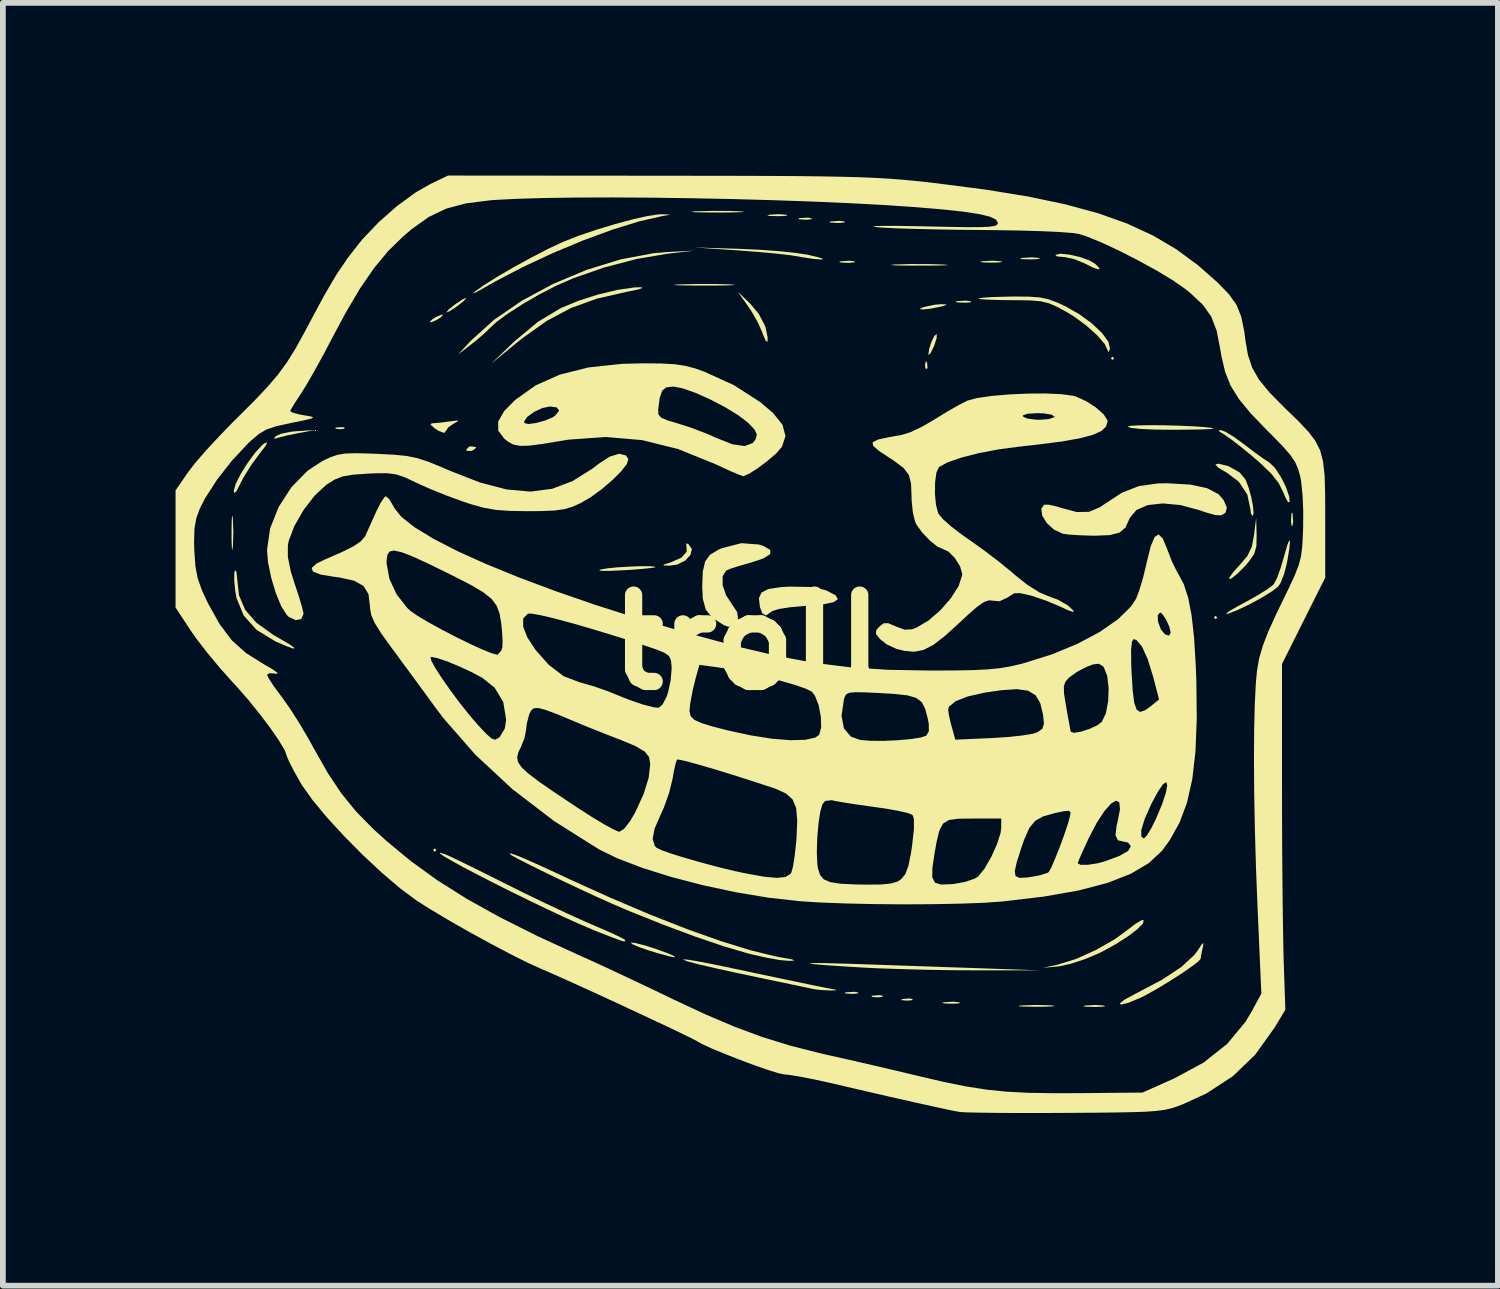
<source format=kicad_pcb>
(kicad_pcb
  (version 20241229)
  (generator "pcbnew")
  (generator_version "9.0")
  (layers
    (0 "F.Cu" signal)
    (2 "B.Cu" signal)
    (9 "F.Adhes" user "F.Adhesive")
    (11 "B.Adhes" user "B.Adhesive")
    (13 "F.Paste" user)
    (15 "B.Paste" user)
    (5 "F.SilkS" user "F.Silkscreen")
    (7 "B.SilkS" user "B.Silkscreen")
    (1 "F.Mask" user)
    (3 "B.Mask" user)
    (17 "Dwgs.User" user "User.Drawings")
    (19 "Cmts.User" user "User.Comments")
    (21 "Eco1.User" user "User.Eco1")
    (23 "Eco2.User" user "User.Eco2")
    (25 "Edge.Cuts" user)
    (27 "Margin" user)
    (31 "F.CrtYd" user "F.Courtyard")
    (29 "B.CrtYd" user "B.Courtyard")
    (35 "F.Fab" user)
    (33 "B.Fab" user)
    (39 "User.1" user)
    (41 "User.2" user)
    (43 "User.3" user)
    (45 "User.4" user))
  (footprint "troll"
    (layer "F.Cu")
    (at 9.958 8.111)
    (property "Reference" "troll" (at 0 0 0) (layer "F.SilkS") (effects (font (size 1.5 1.5) (thickness 0.3))))
    (attr board_only exclude_from_pos_files exclude_from_bom)
    (fp_poly (pts (xy -5.426 3.608) (xy -5.455 3.637) (xy -5.484 3.608) (xy -5.455 3.579)) (stroke (width 0) (type solid)) (fill yes) (layer "F.SilkS"))
    (fp_poly (pts (xy 6.35 -4.936) (xy 6.321 -4.907) (xy 6.292 -4.936) (xy 6.321 -4.965)) (stroke (width 0) (type solid)) (fill yes) (layer "F.SilkS"))
    (fp_poly (pts (xy 8.14 -0.433) (xy 8.111 -0.404) (xy 8.082 -0.433) (xy 8.111 -0.462)) (stroke (width 0) (type solid)) (fill yes) (layer "F.SilkS"))
    (fp_poly (pts (xy -7.028 -3.733) (xy -7.021 -3.712) (xy -7.1 -3.704) (xy -7.182 -3.713) (xy -7.173 -3.733) (xy -7.054 -3.74)) (stroke (width 0) (type solid)) (fill yes) (layer "F.SilkS"))
    (fp_poly (pts (xy 3.099 -4.86) (xy 3.106 -4.77) (xy 3.094 -4.749) (xy 3.068 -4.766) (xy 3.064 -4.825) (xy 3.078 -4.887)) (stroke (width 0) (type solid)) (fill yes) (layer "F.SilkS"))
    (fp_poly (pts (xy -5.311 -5.69) (xy -5.355 -5.644) (xy -5.426 -5.6) (xy -5.516 -5.562) (xy -5.542 -5.567) (xy -5.498 -5.613) (xy -5.426 -5.657) (xy -5.337 -5.694)) (stroke (width 0) (type solid)) (fill yes) (layer "F.SilkS"))
    (fp_poly (pts (xy -4.743 -3.394) (xy -4.734 -3.383) (xy -4.779 -3.346) (xy -4.82 -3.327) (xy -4.895 -3.326) (xy -4.907 -3.35) (xy -4.86 -3.4) (xy -4.82 -3.406)) (stroke (width 0) (type solid)) (fill yes) (layer "F.SilkS"))
    (fp_poly (pts (xy 0.65 -7.43) (xy 0.673 -7.416) (xy 0.598 -7.407) (xy 0.491 -7.406) (xy 0.36 -7.41) (xy 0.321 -7.42) (xy 0.362 -7.431) (xy 0.532 -7.44)) (stroke (width 0) (type solid)) (fill yes) (layer "F.SilkS"))
    (fp_poly (pts (xy 1.082 -7.371) (xy 1.1 -7.354) (xy 1.021 -7.345) (xy 0.981 -7.345) (xy 0.876 -7.351) (xy 0.864 -7.366) (xy 0.88 -7.371) (xy 1.027 -7.38)) (stroke (width 0) (type solid)) (fill yes) (layer "F.SilkS"))
    (fp_poly (pts (xy 1.66 -7.313) (xy 1.674 -7.298) (xy 1.591 -7.289) (xy 1.53 -7.288) (xy 1.418 -7.294) (xy 1.401 -7.307) (xy 1.429 -7.314) (xy 1.58 -7.324)) (stroke (width 0) (type solid)) (fill yes) (layer "F.SilkS"))
    (fp_poly (pts (xy 1.834 -6.621) (xy 1.847 -6.605) (xy 1.764 -6.596) (xy 1.703 -6.595) (xy 1.591 -6.601) (xy 1.574 -6.614) (xy 1.603 -6.622) (xy 1.753 -6.631)) (stroke (width 0) (type solid)) (fill yes) (layer "F.SilkS"))
    (fp_poly (pts (xy 1.891 6.079) (xy 1.909 6.096) (xy 1.829 6.105) (xy 1.79 6.106) (xy 1.685 6.1) (xy 1.672 6.085) (xy 1.689 6.079) (xy 1.835 6.07)) (stroke (width 0) (type solid)) (fill yes) (layer "F.SilkS"))
    (fp_poly (pts (xy 2.325 6.139) (xy 2.327 6.158) (xy 2.236 6.166) (xy 2.223 6.166) (xy 2.133 6.157) (xy 2.142 6.14) (xy 2.151 6.137) (xy 2.277 6.128)) (stroke (width 0) (type solid)) (fill yes) (layer "F.SilkS"))
    (fp_poly (pts (xy 2.844 6.197) (xy 2.846 6.216) (xy 2.756 6.223) (xy 2.742 6.223) (xy 2.653 6.215) (xy 2.661 6.197) (xy 2.671 6.195) (xy 2.797 6.186)) (stroke (width 0) (type solid)) (fill yes) (layer "F.SilkS"))
    (fp_poly (pts (xy 3.651 6.252) (xy 3.679 6.266) (xy 3.606 6.275) (xy 3.521 6.277) (xy 3.397 6.272) (xy 3.362 6.261) (xy 3.391 6.252) (xy 3.56 6.242)) (stroke (width 0) (type solid)) (fill yes) (layer "F.SilkS"))
    (fp_poly (pts (xy 3.854 -5.928) (xy 3.867 -5.912) (xy 3.785 -5.903) (xy 3.723 -5.903) (xy 3.612 -5.908) (xy 3.595 -5.921) (xy 3.623 -5.929) (xy 3.773 -5.938)) (stroke (width 0) (type solid)) (fill yes) (layer "F.SilkS"))
    (fp_poly (pts (xy 4.373 -6.622) (xy 4.409 -6.61) (xy 4.343 -6.601) (xy 4.214 -6.598) (xy 4.072 -6.602) (xy 4.018 -6.611) (xy 4.055 -6.622) (xy 4.242 -6.632)) (stroke (width 0) (type solid)) (fill yes) (layer "F.SilkS"))
    (fp_poly (pts (xy 5.037 -6.679) (xy 5.061 -6.666) (xy 4.985 -6.657) (xy 4.878 -6.655) (xy 4.747 -6.659) (xy 4.709 -6.67) (xy 4.749 -6.68) (xy 4.92 -6.69)) (stroke (width 0) (type solid)) (fill yes) (layer "F.SilkS"))
    (fp_poly (pts (xy 6.162 6.309) (xy 6.198 6.321) (xy 6.133 6.33) (xy 6.004 6.333) (xy 5.861 6.329) (xy 5.808 6.32) (xy 5.845 6.309) (xy 6.031 6.299)) (stroke (width 0) (type solid)) (fill yes) (layer "F.SilkS"))
    (fp_poly (pts (xy 9.449 -2.237) (xy 9.458 -2.091) (xy 9.449 -2.035) (xy 9.433 -2.017) (xy 9.423 -2.097) (xy 9.423 -2.136) (xy 9.429 -2.241) (xy 9.444 -2.253)) (stroke (width 0) (type solid)) (fill yes) (layer "F.SilkS"))
    (fp_poly (pts (xy -7.813 -3.638) (xy -7.999 -3.601) (xy -8.146 -3.564) (xy -8.189 -3.551) (xy -8.25 -3.537) (xy -8.215 -3.584) (xy -8.121 -3.626) (xy -7.956 -3.66) (xy -7.84 -3.671) (xy -7.533 -3.69)) (stroke (width 0) (type solid)) (fill yes) (layer "F.SilkS"))
    (fp_poly (pts (xy 3.435 -5.872) (xy 3.418 -5.857) (xy 3.319 -5.83) (xy 3.155 -5.798) (xy 3.031 -5.785) (xy 2.969 -5.791) (xy 3.013 -5.815) (xy 3.06 -5.83) (xy 3.233 -5.867) (xy 3.348 -5.876)) (stroke (width 0) (type solid)) (fill yes) (layer "F.SilkS"))
    (fp_poly (pts (xy -8.963 -2.15) (xy -8.954 -1.92) (xy -8.961 -1.684) (xy -8.963 -1.66) (xy -8.973 -1.602) (xy -8.98 -1.649) (xy -8.985 -1.788) (xy -8.985 -1.905) (xy -8.983 -2.092) (xy -8.977 -2.193) (xy -8.969 -2.197)) (stroke (width 0) (type solid)) (fill yes) (layer "F.SilkS"))
    (fp_poly (pts (xy 3.266 -5.354) (xy 3.265 -5.287) (xy 3.224 -5.16) (xy 3.211 -5.13) (xy 3.157 -5.023) (xy 3.125 -4.994) (xy 3.122 -5.004) (xy 3.136 -5.103) (xy 3.175 -5.223) (xy 3.223 -5.322) (xy 3.263 -5.357)) (stroke (width 0) (type solid)) (fill yes) (layer "F.SilkS"))
    (fp_poly (pts (xy 5.215 6.304) (xy 5.269 6.308) (xy 5.323 6.317) (xy 5.274 6.324) (xy 5.132 6.329) (xy 4.993 6.33) (xy 4.801 6.327) (xy 4.697 6.322) (xy 4.692 6.314) (xy 4.75 6.307) (xy 4.981 6.299)) (stroke (width 0) (type solid)) (fill yes) (layer "F.SilkS"))
    (fp_poly (pts (xy -4.907 -5.983) (xy -4.949 -5.934) (xy -5.053 -5.85) (xy -5.08 -5.83) (xy -5.191 -5.758) (xy -5.25 -5.733) (xy -5.253 -5.736) (xy -5.211 -5.785) (xy -5.107 -5.869) (xy -5.08 -5.888) (xy -4.969 -5.961) (xy -4.91 -5.986)) (stroke (width 0) (type solid)) (fill yes) (layer "F.SilkS"))
    (fp_poly (pts (xy -1.049 -1.709) (xy -0.987 -1.623) (xy -1.013 -1.519) (xy -1.105 -1.421) (xy -1.244 -1.352) (xy -1.384 -1.333) (xy -1.48 -1.338) (xy -1.474 -1.353) (xy -1.367 -1.386) (xy -1.17 -1.472) (xy -1.078 -1.575) (xy -1.081 -1.659) (xy -1.087 -1.721)) (stroke (width 0) (type solid)) (fill yes) (layer "F.SilkS"))
    (fp_poly (pts (xy -0.579 -6.227) (xy -0.329 -6.22) (xy -0.241 -6.213) (xy -0.258 -6.207) (xy -0.374 -6.203) (xy -0.578 -6.2) (xy -0.779 -6.2) (xy -1.04 -6.201) (xy -1.216 -6.204) (xy -1.299 -6.209) (xy -1.281 -6.215) (xy -1.195 -6.22) (xy -0.9 -6.227)) (stroke (width 0) (type solid)) (fill yes) (layer "F.SilkS"))
    (fp_poly (pts (xy -0.335 -7.496) (xy -0.156 -7.489) (xy -0.078 -7.482) (xy -0.106 -7.476) (xy -0.23 -7.472) (xy -0.44 -7.469) (xy -0.548 -7.469) (xy -0.788 -7.471) (xy -0.942 -7.474) (xy -1.002 -7.48) (xy -0.959 -7.487) (xy -0.907 -7.49) (xy -0.631 -7.497)) (stroke (width 0) (type solid)) (fill yes) (layer "F.SilkS"))
    (fp_poly (pts (xy 0.022 -5.89) (xy 0.174 -5.708) (xy 0.279 -5.509) (xy 0.294 -5.466) (xy 0.328 -5.301) (xy 0.327 -5.222) (xy 0.296 -5.239) (xy 0.244 -5.36) (xy 0.234 -5.389) (xy 0.159 -5.558) (xy 0.047 -5.755) (xy -0.011 -5.84) (xy -0.188 -6.09)) (stroke (width 0) (type solid)) (fill yes) (layer "F.SilkS"))
    (fp_poly (pts (xy 3.135 -6.573) (xy 3.36 -6.566) (xy 3.455 -6.559) (xy 3.443 -6.553) (xy 3.332 -6.549) (xy 3.131 -6.546) (xy 2.973 -6.546) (xy 2.719 -6.547) (xy 2.548 -6.55) (xy 2.469 -6.556) (xy 2.491 -6.562) (xy 2.552 -6.566) (xy 2.825 -6.574)) (stroke (width 0) (type solid)) (fill yes) (layer "F.SilkS"))
    (fp_poly (pts (xy -1.968 5.223) (xy -1.811 5.263) (xy -1.611 5.326) (xy -1.586 5.335) (xy -1.382 5.41) (xy -1.285 5.456) (xy -1.286 5.47) (xy -1.381 5.454) (xy -1.564 5.404) (xy -1.732 5.353) (xy -1.909 5.292) (xy -2.022 5.243) (xy -2.05 5.215) (xy -2.048 5.214)) (stroke (width 0) (type solid)) (fill yes) (layer "F.SilkS"))
    (fp_poly (pts (xy -8.4 -3.406) (xy -8.502 -3.274) (xy -8.647 -3.076) (xy -8.778 -2.865) (xy -8.833 -2.759) (xy -8.903 -2.623) (xy -8.94 -2.595) (xy -8.946 -2.633) (xy -8.913 -2.755) (xy -8.824 -2.929) (xy -8.703 -3.122) (xy -8.571 -3.301) (xy -8.45 -3.431) (xy -8.408 -3.463) (xy -8.364 -3.475)) (stroke (width 0) (type solid)) (fill yes) (layer "F.SilkS"))
    (fp_poly (pts (xy -5.048 -3.846) (xy -5.122 -3.803) (xy -5.123 -3.803) (xy -5.222 -3.734) (xy -5.253 -3.686) (xy -5.29 -3.639) (xy -5.391 -3.676) (xy -5.459 -3.722) (xy -5.53 -3.785) (xy -5.507 -3.806) (xy -5.477 -3.808) (xy -5.356 -3.818) (xy -5.193 -3.84) (xy -5.188 -3.84) (xy -5.067 -3.856)) (stroke (width 0) (type solid)) (fill yes) (layer "F.SilkS"))
    (fp_poly (pts (xy -1.635 -1.317) (xy -1.621 -1.306) (xy -1.686 -1.294) (xy -1.839 -1.278) (xy -2.054 -1.261) (xy -2.194 -1.253) (xy -2.418 -1.243) (xy -2.557 -1.243) (xy -2.599 -1.255) (xy -2.569 -1.267) (xy -2.454 -1.287) (xy -2.283 -1.304) (xy -2.086 -1.316) (xy -1.892 -1.324) (xy -1.732 -1.324)) (stroke (width 0) (type solid)) (fill yes) (layer "F.SilkS"))
    (fp_poly (pts (xy 5.569 -6.738) (xy 5.749 -6.697) (xy 5.915 -6.638) (xy 6.016 -6.58) (xy 6.095 -6.501) (xy 6.081 -6.479) (xy 5.981 -6.513) (xy 5.83 -6.588) (xy 5.652 -6.66) (xy 5.48 -6.696) (xy 5.46 -6.696) (xy 5.353 -6.707) (xy 5.327 -6.731) (xy 5.327 -6.732) (xy 5.415 -6.753)) (stroke (width 0) (type solid)) (fill yes) (layer "F.SilkS"))
    (fp_poly (pts (xy 8.824 -1.862) (xy 8.82 -1.671) (xy 8.781 -1.535) (xy 8.687 -1.401) (xy 8.624 -1.328) (xy 8.496 -1.199) (xy 8.392 -1.115) (xy 8.352 -1.097) (xy 8.354 -1.133) (xy 8.423 -1.227) (xy 8.516 -1.329) (xy 8.662 -1.499) (xy 8.741 -1.662) (xy 8.779 -1.863) (xy 8.816 -2.165)) (stroke (width 0) (type solid)) (fill yes) (layer "F.SilkS"))
    (fp_poly (pts (xy 8.316 -3.068) (xy 8.339 -3.06) (xy 8.529 -2.953) (xy 8.63 -2.83) (xy 8.683 -2.695) (xy 8.73 -2.529) (xy 8.761 -2.366) (xy 8.771 -2.243) (xy 8.753 -2.194) (xy 8.724 -2.242) (xy 8.717 -2.311) (xy 8.662 -2.569) (xy 8.513 -2.794) (xy 8.311 -2.945) (xy 8.157 -3.036) (xy 8.108 -3.092) (xy 8.161 -3.105)) (stroke (width 0) (type solid)) (fill yes) (layer "F.SilkS"))
    (fp_poly (pts (xy -1.843 -6.16) (xy -1.91 -6.135) (xy -2.062 -6.102) (xy -2.115 -6.092) (xy -2.64 -5.972) (xy -3.093 -5.808) (xy -3.514 -5.583) (xy -3.942 -5.278) (xy -4.041 -5.198) (xy -4.474 -4.843) (xy -4.07 -5.23) (xy -3.661 -5.571) (xy -3.26 -5.811) (xy -2.954 -5.937) (xy -2.614 -6.045) (xy -2.279 -6.125) (xy -1.988 -6.167) (xy -1.876 -6.171)) (stroke (width 0) (type solid)) (fill yes) (layer "F.SilkS"))
    (fp_poly (pts (xy -0.144 -6.837) (xy 0.189 -6.822) (xy 0.518 -6.798) (xy 0.807 -6.768) (xy 1.021 -6.736) (xy 1.039 -6.732) (xy 1.203 -6.693) (xy 1.288 -6.665) (xy 1.278 -6.652) (xy 1.27 -6.652) (xy 1.123 -6.663) (xy 0.93 -6.692) (xy 0.866 -6.705) (xy 0.709 -6.729) (xy 0.469 -6.756) (xy 0.176 -6.783) (xy -0.138 -6.807) (xy -0.173 -6.81) (xy -0.953 -6.862)) (stroke (width 0) (type solid)) (fill yes) (layer "F.SilkS"))
    (fp_poly (pts (xy 6.85 4.883) (xy 6.754 4.981) (xy 6.594 5.103) (xy 6.389 5.235) (xy 6.159 5.363) (xy 6.078 5.403) (xy 5.836 5.504) (xy 5.592 5.584) (xy 5.396 5.627) (xy 5.385 5.628) (xy 5.109 5.654) (xy 5.362 5.6) (xy 5.685 5.5) (xy 6.036 5.342) (xy 6.367 5.152) (xy 6.574 5) (xy 6.716 4.891) (xy 6.822 4.828) (xy 6.862 4.823)) (stroke (width 0) (type solid)) (fill yes) (layer "F.SilkS"))
    (fp_poly (pts (xy 7.225 -3.772) (xy 7.478 -3.765) (xy 7.716 -3.755) (xy 7.912 -3.742) (xy 8.042 -3.727) (xy 8.077 -3.716) (xy 8.032 -3.708) (xy 7.892 -3.701) (xy 7.677 -3.697) (xy 7.409 -3.695) (xy 7.341 -3.695) (xy 7.046 -3.698) (xy 6.809 -3.709) (xy 6.648 -3.726) (xy 6.582 -3.746) (xy 6.581 -3.749) (xy 6.634 -3.763) (xy 6.777 -3.771) (xy 6.982 -3.774)) (stroke (width 0) (type solid)) (fill yes) (layer "F.SilkS"))
    (fp_poly (pts (xy -8.901 -1.23) (xy -8.89 -1.125) (xy -8.89 -1.121) (xy -8.856 -0.819) (xy -8.748 -0.565) (xy -8.553 -0.341) (xy -8.26 -0.131) (xy -8.139 -0.061) (xy -7.963 0.042) (xy -7.889 0.099) (xy -7.914 0.107) (xy -8.034 0.064) (xy -8.227 -0.02) (xy -8.552 -0.219) (xy -8.774 -0.467) (xy -8.899 -0.771) (xy -8.921 -0.894) (xy -8.938 -1.077) (xy -8.937 -1.209) (xy -8.926 -1.253)) (stroke (width 0) (type solid)) (fill yes) (layer "F.SilkS"))
    (fp_poly (pts (xy 1.064 -0.963) (xy 1.321 -0.912) (xy 1.358 -0.898) (xy 1.51 -0.818) (xy 1.549 -0.751) (xy 1.474 -0.699) (xy 1.285 -0.66) (xy 0.994 -0.635) (xy 0.733 -0.613) (xy 0.53 -0.582) (xy 0.41 -0.545) (xy 0.395 -0.534) (xy 0.299 -0.468) (xy 0.234 -0.507) (xy 0.195 -0.615) (xy 0.177 -0.766) (xy 0.222 -0.867) (xy 0.346 -0.929) (xy 0.562 -0.961) (xy 0.709 -0.969)) (stroke (width 0) (type solid)) (fill yes) (layer "F.SilkS"))
    (fp_poly (pts (xy 1.461 5.575) (xy 1.761 5.584) (xy 2.105 5.595) (xy 2.526 5.61) (xy 2.989 5.626) (xy 3.454 5.642) (xy 3.839 5.655) (xy 5.051 5.697) (xy 3.954 5.697) (xy 3.531 5.695) (xy 3.075 5.687) (xy 2.625 5.675) (xy 2.225 5.661) (xy 2.02 5.651) (xy 1.628 5.627) (xy 1.336 5.607) (xy 1.147 5.591) (xy 1.063 5.579) (xy 1.086 5.572) (xy 1.218 5.57)) (stroke (width 0) (type solid)) (fill yes) (layer "F.SilkS"))
    (fp_poly (pts (xy -1.414 -6.753) (xy -1.946 -6.662) (xy -2.507 -6.515) (xy -3.043 -6.329) (xy -3.348 -6.196) (xy -3.635 -6.048) (xy -3.919 -5.883) (xy -4.175 -5.719) (xy -4.378 -5.571) (xy -4.5 -5.459) (xy -4.591 -5.369) (xy -4.734 -5.247) (xy -4.815 -5.183) (xy -5.051 -5.002) (xy -4.82 -5.248) (xy -4.425 -5.605) (xy -3.942 -5.936) (xy -3.397 -6.229) (xy -2.817 -6.472) (xy -2.229 -6.654) (xy -1.659 -6.761) (xy -1.414 -6.783) (xy -0.953 -6.806)) (stroke (width 0) (type solid)) (fill yes) (layer "F.SilkS"))
    (fp_poly (pts (xy 7.89 5.297) (xy 7.886 5.311) (xy 7.86 5.436) (xy 7.852 5.497) (xy 7.805 5.548) (xy 7.682 5.641) (xy 7.507 5.761) (xy 7.304 5.891) (xy 7.096 6.017) (xy 6.908 6.123) (xy 6.793 6.18) (xy 6.582 6.266) (xy 6.466 6.293) (xy 6.449 6.27) (xy 6.536 6.202) (xy 6.731 6.098) (xy 6.744 6.091) (xy 7.182 5.86) (xy 7.517 5.638) (xy 7.744 5.428) (xy 7.803 5.348) (xy 7.876 5.239) (xy 7.901 5.224)) (stroke (width 0) (type solid)) (fill yes) (layer "F.SilkS"))
    (fp_poly (pts (xy 8.284 -3.659) (xy 8.428 -3.571) (xy 8.599 -3.447) (xy 8.604 -3.443) (xy 8.784 -3.306) (xy 8.943 -3.192) (xy 9.044 -3.127) (xy 9.14 -3.035) (xy 9.244 -2.878) (xy 9.335 -2.696) (xy 9.391 -2.53) (xy 9.398 -2.44) (xy 9.371 -2.435) (xy 9.323 -2.52) (xy 9.289 -2.604) (xy 9.209 -2.765) (xy 9.079 -2.931) (xy 8.878 -3.124) (xy 8.769 -3.218) (xy 8.572 -3.381) (xy 8.395 -3.518) (xy 8.266 -3.61) (xy 8.226 -3.634) (xy 8.16 -3.676) (xy 8.197 -3.691)) (stroke (width 0) (type solid)) (fill yes) (layer "F.SilkS"))
    (fp_poly (pts (xy -1.357 -7.431) (xy -1.501 -7.407) (xy -1.896 -7.317) (xy -2.362 -7.173) (xy -2.872 -6.986) (xy -3.402 -6.765) (xy -3.926 -6.521) (xy -4.417 -6.264) (xy -4.618 -6.149) (xy -4.739 -6.082) (xy -4.787 -6.065) (xy -4.763 -6.091) (xy -4.603 -6.205) (xy -4.367 -6.353) (xy -4.084 -6.518) (xy -3.782 -6.684) (xy -3.49 -6.835) (xy -3.236 -6.954) (xy -3.213 -6.964) (xy -2.95 -7.067) (xy -2.646 -7.17) (xy -2.328 -7.266) (xy -2.024 -7.348) (xy -1.759 -7.408) (xy -1.563 -7.437) (xy -1.504 -7.439)) (stroke (width 0) (type solid)) (fill yes) (layer "F.SilkS"))
    (fp_poly (pts (xy 9.404 -1.753) (xy 9.393 -1.631) (xy 9.356 -1.409) (xy 9.351 -1.383) (xy 9.302 -1.19) (xy 9.24 -1.033) (xy 9.204 -0.977) (xy 9.096 -0.891) (xy 8.918 -0.78) (xy 8.707 -0.665) (xy 8.5 -0.566) (xy 8.333 -0.501) (xy 8.313 -0.496) (xy 8.294 -0.503) (xy 8.364 -0.552) (xy 8.509 -0.635) (xy 8.605 -0.686) (xy 8.815 -0.803) (xy 8.992 -0.911) (xy 9.104 -0.993) (xy 9.121 -1.01) (xy 9.176 -1.114) (xy 9.241 -1.291) (xy 9.3 -1.491) (xy 9.356 -1.688) (xy 9.391 -1.774)) (stroke (width 0) (type solid)) (fill yes) (layer "F.SilkS"))
    (fp_poly (pts (xy -1.077 5.51) (xy -0.926 5.533) (xy -0.708 5.574) (xy -0.458 5.625) (xy 0.061 5.735) (xy 0.478 5.823) (xy 0.804 5.891) (xy 1.052 5.943) (xy 1.233 5.98) (xy 1.358 6.005) (xy 1.439 6.02) (xy 1.443 6.021) (xy 1.527 6.038) (xy 1.504 6.045) (xy 1.414 6.047) (xy 1.246 6.039) (xy 1.126 6.023) (xy 1.026 6.001) (xy 0.84 5.962) (xy 0.594 5.91) (xy 0.318 5.853) (xy -0.189 5.746) (xy -0.585 5.659) (xy -0.873 5.592) (xy -1.056 5.544) (xy -1.135 5.514) (xy -1.139 5.507)) (stroke (width 0) (type solid)) (fill yes) (layer "F.SilkS"))
    (fp_poly (pts (xy 0.176 -1.701) (xy 0.261 -1.674) (xy 0.374 -1.606) (xy 0.373 -1.535) (xy 0.259 -1.461) (xy 0.035 -1.386) (xy 0.023 -1.383) (xy -0.171 -1.328) (xy -0.324 -1.278) (xy -0.391 -1.249) (xy -0.453 -1.15) (xy -0.453 -0.995) (xy -0.394 -0.821) (xy -0.318 -0.703) (xy -0.2 -0.526) (xy -0.183 -0.389) (xy -0.246 -0.3) (xy -0.354 -0.271) (xy -0.434 -0.301) (xy -0.631 -0.427) (xy -0.746 -0.568) (xy -0.798 -0.759) (xy -0.808 -0.966) (xy -0.798 -1.229) (xy -0.757 -1.406) (xy -0.672 -1.523) (xy -0.527 -1.611) (xy -0.462 -1.638) (xy -0.129 -1.724)) (stroke (width 0) (type solid)) (fill yes) (layer "F.SilkS"))
    (fp_poly (pts (xy -5.285 3.676) (xy -5.199 3.714) (xy -5.028 3.795) (xy -4.793 3.91) (xy -4.511 4.05) (xy -4.24 4.186) (xy -3.887 4.361) (xy -3.518 4.539) (xy -3.166 4.704) (xy -2.864 4.841) (xy -2.722 4.903) (xy -2.434 5.027) (xy -2.247 5.113) (xy -2.152 5.166) (xy -2.142 5.191) (xy -2.179 5.193) (xy -2.249 5.171) (xy -2.398 5.115) (xy -2.602 5.035) (xy -2.713 4.99) (xy -2.942 4.892) (xy -3.209 4.772) (xy -3.504 4.634) (xy -3.813 4.485) (xy -4.125 4.332) (xy -4.427 4.181) (xy -4.707 4.037) (xy -4.954 3.908) (xy -5.154 3.798) (xy -5.296 3.716) (xy -5.367 3.666) (xy -5.355 3.655)) (stroke (width 0) (type solid)) (fill yes) (layer "F.SilkS"))
    (fp_poly (pts (xy 4.856 -6.008) (xy 5.052 -5.994) (xy 5.21 -5.961) (xy 5.367 -5.902) (xy 5.501 -5.84) (xy 5.747 -5.7) (xy 5.967 -5.538) (xy 6.141 -5.372) (xy 6.25 -5.221) (xy 6.276 -5.103) (xy 6.276 -5.101) (xy 6.251 -5.043) (xy 6.241 -5.064) (xy 6.186 -5.183) (xy 6.053 -5.337) (xy 5.865 -5.505) (xy 5.647 -5.665) (xy 5.515 -5.745) (xy 5.346 -5.836) (xy 5.209 -5.894) (xy 5.07 -5.927) (xy 4.894 -5.942) (xy 4.647 -5.946) (xy 4.56 -5.946) (xy 4.317 -5.949) (xy 4.128 -5.956) (xy 4.015 -5.966) (xy 3.993 -5.975) (xy 4.06 -5.988) (xy 4.215 -5.999) (xy 4.433 -6.006) (xy 4.583 -6.009)) (stroke (width 0) (type solid)) (fill yes) (layer "F.SilkS"))
    (fp_poly (pts (xy -4.053 3.692) (xy -3.909 3.751) (xy -3.689 3.848) (xy -3.382 3.989) (xy -3.117 4.113) (xy -2.398 4.438) (xy -1.711 4.73) (xy -1.069 4.982) (xy -0.483 5.19) (xy 0.032 5.349) (xy 0.465 5.455) (xy 0.583 5.477) (xy 0.743 5.505) (xy 0.794 5.522) (xy 0.743 5.531) (xy 0.693 5.532) (xy 0.546 5.519) (xy 0.326 5.481) (xy 0.073 5.425) (xy -0.029 5.399) (xy -0.439 5.278) (xy -0.93 5.111) (xy -1.481 4.906) (xy -2.069 4.67) (xy -2.165 4.63) (xy -2.387 4.534) (xy -2.653 4.415) (xy -2.943 4.28) (xy -3.238 4.141) (xy -3.522 4.004) (xy -3.774 3.88) (xy -3.976 3.778) (xy -4.11 3.705) (xy -4.156 3.672) (xy -4.132 3.667)) (stroke (width 0) (type solid)) (fill yes) (layer "F.SilkS"))
    (fp_poly (pts (xy 7.67 -2.742) (xy 7.965 -2.679) (xy 8.164 -2.574) (xy 8.253 -2.468) (xy 8.306 -2.345) (xy 8.289 -2.265) (xy 8.267 -2.24) (xy 8.204 -2.207) (xy 8.102 -2.213) (xy 7.934 -2.261) (xy 7.835 -2.296) (xy 7.502 -2.386) (xy 7.195 -2.415) (xy 6.933 -2.386) (xy 6.735 -2.3) (xy 6.619 -2.16) (xy 6.61 -2.137) (xy 6.544 -1.994) (xy 6.439 -1.907) (xy 6.272 -1.864) (xy 6.019 -1.854) (xy 5.985 -1.854) (xy 5.762 -1.861) (xy 5.572 -1.873) (xy 5.456 -1.888) (xy 5.455 -1.889) (xy 5.304 -1.959) (xy 5.179 -2.073) (xy 5.099 -2.203) (xy 5.083 -2.322) (xy 5.132 -2.392) (xy 5.213 -2.393) (xy 5.358 -2.36) (xy 5.427 -2.338) (xy 5.698 -2.265) (xy 5.912 -2.269) (xy 6.106 -2.351) (xy 6.18 -2.402) (xy 6.484 -2.601) (xy 6.778 -2.716) (xy 7.11 -2.762) (xy 7.274 -2.765)) (stroke (width 0) (type solid)) (fill yes) (layer "F.SilkS"))
    (fp_poly (pts (xy -6.576 -3.281) (xy -6.452 -3.276) (xy -6.16 -3.261) (xy -5.941 -3.239) (xy -5.756 -3.201) (xy -5.563 -3.138) (xy -5.323 -3.039) (xy -5.196 -2.984) (xy -4.668 -2.778) (xy -4.205 -2.657) (xy -3.792 -2.62) (xy -3.415 -2.669) (xy -3.058 -2.804) (xy -2.706 -3.026) (xy -2.612 -3.1) (xy -2.417 -3.227) (xy -2.251 -3.278) (xy -2.133 -3.248) (xy -2.091 -3.185) (xy -2.117 -3.1) (xy -2.217 -2.972) (xy -2.37 -2.819) (xy -2.554 -2.662) (xy -2.747 -2.521) (xy -2.919 -2.421) (xy -3.063 -2.357) (xy -3.203 -2.315) (xy -3.37 -2.292) (xy -3.597 -2.282) (xy -3.839 -2.28) (xy -4.151 -2.285) (xy -4.391 -2.302) (xy -4.601 -2.339) (xy -4.825 -2.401) (xy -4.965 -2.447) (xy -5.241 -2.548) (xy -5.525 -2.662) (xy -5.764 -2.769) (xy -5.799 -2.786) (xy -5.981 -2.871) (xy -6.13 -2.92) (xy -6.287 -2.94) (xy -6.497 -2.938) (xy -6.622 -2.932) (xy -6.876 -2.914) (xy -7.053 -2.884) (xy -7.19 -2.831) (xy -7.326 -2.747) (xy -7.339 -2.738) (xy -7.541 -2.551) (xy -7.734 -2.301) (xy -7.892 -2.026) (xy -7.991 -1.767) (xy -8.007 -1.685) (xy -8.007 -1.483) (xy -7.955 -1.229) (xy -7.887 -1.014) (xy -7.815 -0.798) (xy -7.762 -0.619) (xy -7.736 -0.509) (xy -7.735 -0.496) (xy -7.775 -0.405) (xy -7.872 -0.387) (xy -7.99 -0.443) (xy -8.025 -0.476) (xy -8.122 -0.629) (xy -8.217 -0.859) (xy -8.297 -1.127) (xy -8.352 -1.395) (xy -8.369 -1.608) (xy -8.315 -1.98) (xy -8.167 -2.353) (xy -7.945 -2.696) (xy -7.667 -2.981) (xy -7.405 -3.153) (xy -7.265 -3.218) (xy -7.142 -3.26) (xy -7.007 -3.282) (xy -6.828 -3.287)) (stroke (width 0) (type solid)) (fill yes) (layer "F.SilkS"))
    (fp_poly (pts (xy -1.523 -4.846) (xy -1.288 -4.833) (xy -1.1 -4.805) (xy -0.924 -4.758) (xy -0.768 -4.702) (xy -0.255 -4.468) (xy 0.196 -4.178) (xy 0.419 -3.99) (xy 0.586 -3.783) (xy 0.639 -3.585) (xy 0.576 -3.397) (xy 0.476 -3.282) (xy 0.315 -3.145) (xy 0.147 -3.02) (xy 0.002 -2.928) (xy -0.09 -2.889) (xy -0.096 -2.888) (xy -0.167 -2.913) (xy -0.315 -2.975) (xy -0.51 -3.065) (xy -0.577 -3.096) (xy -1.226 -3.359) (xy -1.855 -3.515) (xy -2.483 -3.569) (xy -3.129 -3.523) (xy -3.276 -3.499) (xy -3.592 -3.447) (xy -3.817 -3.418) (xy -3.976 -3.415) (xy -4.09 -3.438) (xy -4.182 -3.488) (xy -4.244 -3.537) (xy -4.351 -3.679) (xy -4.353 -3.838) (xy -4.351 -3.841) (xy -3.901 -3.841) (xy -3.897 -3.81) (xy -3.828 -3.794) (xy -3.695 -3.812) (xy -3.54 -3.854) (xy -3.407 -3.91) (xy -3.363 -3.939) (xy -3.294 -4.026) (xy -3.307 -4.044) (xy -1.573 -4.044) (xy -1.57 -3.963) (xy -1.523 -3.906) (xy -1.408 -3.856) (xy -1.241 -3.807) (xy -0.983 -3.724) (xy -0.709 -3.618) (xy -0.577 -3.559) (xy -0.287 -3.443) (xy -0.073 -3.411) (xy 0.069 -3.463) (xy 0.116 -3.522) (xy 0.142 -3.608) (xy 0.105 -3.694) (xy -0.009 -3.814) (xy -0.012 -3.817) (xy -0.18 -3.946) (xy -0.409 -4.086) (xy -0.668 -4.221) (xy -0.925 -4.336) (xy -1.15 -4.415) (xy -1.309 -4.445) (xy -1.429 -4.432) (xy -1.503 -4.375) (xy -1.546 -4.251) (xy -1.573 -4.044) (xy -3.307 -4.044) (xy -3.334 -4.082) (xy -3.456 -4.099) (xy -3.588 -4.071) (xy -3.729 -4.005) (xy -3.845 -3.92) (xy -3.901 -3.841) (xy -4.351 -3.841) (xy -4.248 -4.02) (xy -4.062 -4.209) (xy -3.702 -4.466) (xy -3.278 -4.654) (xy -2.781 -4.778) (xy -2.198 -4.84) (xy -1.839 -4.849)) (stroke (width 0) (type solid)) (fill yes) (layer "F.SilkS"))
    (fp_poly (pts (xy 5.436 -4.312) (xy 5.638 -4.285) (xy 5.681 -4.273) (xy 5.859 -4.193) (xy 6.031 -4.082) (xy 6.166 -3.963) (xy 6.232 -3.86) (xy 6.235 -3.843) (xy 6.209 -3.751) (xy 6.127 -3.673) (xy 5.978 -3.606) (xy 5.751 -3.546) (xy 5.435 -3.49) (xy 5.021 -3.437) (xy 4.705 -3.402) (xy 4.344 -3.354) (xy 3.999 -3.289) (xy 3.694 -3.211) (xy 3.455 -3.129) (xy 3.306 -3.048) (xy 3.305 -3.047) (xy 3.262 -2.953) (xy 3.238 -2.786) (xy 3.235 -2.584) (xy 3.253 -2.389) (xy 3.293 -2.24) (xy 3.294 -2.239) (xy 3.367 -2.149) (xy 3.512 -2.019) (xy 3.706 -1.87) (xy 3.822 -1.789) (xy 4.077 -1.608) (xy 4.343 -1.406) (xy 4.572 -1.219) (xy 4.626 -1.171) (xy 4.843 -0.999) (xy 5.05 -0.869) (xy 5.19 -0.81) (xy 5.374 -0.741) (xy 5.533 -0.65) (xy 5.551 -0.636) (xy 5.641 -0.553) (xy 5.641 -0.527) (xy 5.547 -0.559) (xy 5.385 -0.634) (xy 5.17 -0.724) (xy 4.935 -0.804) (xy 4.886 -0.818) (xy 4.716 -0.856) (xy 4.612 -0.853) (xy 4.53 -0.803) (xy 4.512 -0.788) (xy 4.359 -0.715) (xy 4.253 -0.724) (xy 4.173 -0.731) (xy 4.086 -0.701) (xy 3.971 -0.621) (xy 3.808 -0.479) (xy 3.671 -0.351) (xy 3.413 -0.116) (xy 3.209 0.042) (xy 3.036 0.131) (xy 2.872 0.163) (xy 2.696 0.145) (xy 2.564 0.111) (xy 2.4 0.036) (xy 2.279 -0.059) (xy 2.209 -0.151) (xy 2.218 -0.217) (xy 2.269 -0.273) (xy 2.343 -0.332) (xy 2.422 -0.334) (xy 2.553 -0.279) (xy 2.557 -0.277) (xy 2.71 -0.221) (xy 2.836 -0.228) (xy 2.918 -0.258) (xy 3.126 -0.382) (xy 3.333 -0.562) (xy 3.514 -0.77) (xy 3.647 -0.98) (xy 3.707 -1.163) (xy 3.709 -1.191) (xy 3.672 -1.322) (xy 3.582 -1.465) (xy 3.472 -1.577) (xy 3.381 -1.619) (xy 3.278 -1.664) (xy 3.144 -1.773) (xy 3.01 -1.913) (xy 2.911 -2.052) (xy 2.89 -2.098) (xy 2.852 -2.255) (xy 2.831 -2.46) (xy 2.829 -2.539) (xy 2.82 -2.76) (xy 2.781 -2.911) (xy 2.69 -3.03) (xy 2.526 -3.154) (xy 2.446 -3.206) (xy 2.26 -3.329) (xy 2.161 -3.416) (xy 2.153 -3.477) (xy 2.244 -3.524) (xy 2.439 -3.567) (xy 2.659 -3.605) (xy 2.812 -3.653) (xy 3.014 -3.749) (xy 3.224 -3.871) (xy 3.228 -3.874) (xy 3.311 -3.925) (xy 4.763 -3.925) (xy 4.837 -3.89) (xy 4.984 -3.87) (xy 5.055 -3.868) (xy 5.208 -3.879) (xy 5.3 -3.909) (xy 5.311 -3.925) (xy 5.259 -3.958) (xy 5.126 -3.979) (xy 5.019 -3.983) (xy 4.845 -3.973) (xy 4.764 -3.945) (xy 4.763 -3.925) (xy 3.311 -3.925) (xy 3.44 -4.005) (xy 3.647 -4.123) (xy 3.801 -4.201) (xy 3.968 -4.246) (xy 4.219 -4.282) (xy 4.522 -4.308) (xy 4.847 -4.323) (xy 5.162 -4.325)) (stroke (width 0) (type solid)) (fill yes) (layer "F.SilkS"))
    (fp_poly (pts (xy -1.53 -8.108) (xy -0.775 -8.107) (xy -0.125 -8.106) (xy 0.433 -8.104) (xy 0.908 -8.101) (xy 1.312 -8.096) (xy 1.656 -8.089) (xy 1.952 -8.081) (xy 2.21 -8.07) (xy 2.442 -8.056) (xy 2.658 -8.04) (xy 2.871 -8.02) (xy 3.09 -7.997) (xy 3.279 -7.975) (xy 4.12 -7.866) (xy 4.858 -7.746) (xy 5.505 -7.61) (xy 6.074 -7.455) (xy 6.576 -7.276) (xy 7.024 -7.069) (xy 7.429 -6.83) (xy 7.805 -6.553) (xy 8.147 -6.252) (xy 8.346 -6.046) (xy 8.477 -5.86) (xy 8.559 -5.653) (xy 8.612 -5.386) (xy 8.628 -5.258) (xy 8.673 -4.995) (xy 8.746 -4.774) (xy 8.864 -4.567) (xy 9.043 -4.348) (xy 9.298 -4.089) (xy 9.317 -4.07) (xy 9.547 -3.847) (xy 9.72 -3.665) (xy 9.844 -3.502) (xy 9.928 -3.336) (xy 9.978 -3.145) (xy 10.005 -2.906) (xy 10.014 -2.597) (xy 10.016 -2.197) (xy 10.016 -2.165) (xy 10.016 -1.126) (xy 9.64 -0.375) (xy 9.265 0.375) (xy 9.265 2.511) (xy 9.266 3.042) (xy 9.268 3.576) (xy 9.272 4.092) (xy 9.277 4.57) (xy 9.283 4.988) (xy 9.289 5.327) (xy 9.294 5.515) (xy 9.323 6.383) (xy 9.129 6.703) (xy 8.799 7.163) (xy 8.412 7.536) (xy 7.952 7.836) (xy 7.533 8.028) (xy 7.429 8.067) (xy 7.328 8.098) (xy 7.217 8.122) (xy 7.079 8.14) (xy 6.901 8.153) (xy 6.666 8.161) (xy 6.36 8.167) (xy 5.968 8.171) (xy 5.513 8.174) (xy 5.076 8.176) (xy 4.67 8.176) (xy 4.31 8.174) (xy 4.014 8.17) (xy 3.797 8.165) (xy 3.676 8.159) (xy 3.666 8.158) (xy 3.523 8.131) (xy 3.272 8.077) (xy 2.917 7.999) (xy 2.462 7.896) (xy 1.912 7.769) (xy 1.414 7.653) (xy 1.142 7.593) (xy 0.896 7.545) (xy 0.707 7.514) (xy 0.618 7.505) (xy 0.515 7.484) (xy 0.332 7.427) (xy 0.098 7.346) (xy -0.161 7.249) (xy -0.418 7.148) (xy -0.645 7.054) (xy -0.816 6.975) (xy -0.895 6.93) (xy -0.966 6.892) (xy -1.124 6.814) (xy -1.352 6.704) (xy -1.633 6.572) (xy -1.948 6.425) (xy -2.281 6.27) (xy -2.612 6.117) (xy -2.926 5.974) (xy -3.204 5.848) (xy -3.429 5.748) (xy -3.583 5.681) (xy -3.586 5.68) (xy -3.829 5.571) (xy -4.142 5.414) (xy -4.499 5.226) (xy -4.871 5.022) (xy -5.231 4.816) (xy -5.552 4.624) (xy -5.773 4.483) (xy -6.053 4.275) (xy -6.369 4.006) (xy -6.7 3.698) (xy -7.025 3.37) (xy -7.324 3.045) (xy -7.575 2.743) (xy -7.758 2.486) (xy -7.784 2.443) (xy -7.895 2.246) (xy -7.978 2.086) (xy -8.021 1.989) (xy -8.024 1.976) (xy -8.06 1.876) (xy -8.159 1.709) (xy -8.306 1.495) (xy -8.488 1.253) (xy -8.689 1.004) (xy -8.896 0.767) (xy -8.964 0.694) (xy -9.184 0.448) (xy -9.406 0.181) (xy -9.598 -0.068) (xy -9.692 -0.202) (xy -9.958 -0.606) (xy -9.958 -1.624) (xy -9.958 -1.739) (xy -9.636 -1.739) (xy -9.632 -1.592) (xy -9.613 -1.322) (xy -9.573 -1.111) (xy -9.498 -0.902) (xy -9.399 -0.689) (xy -9.194 -0.32) (xy -8.981 -0.037) (xy -8.733 0.186) (xy -8.428 0.377) (xy -8.272 0.467) (xy -8.189 0.527) (xy -8.193 0.546) (xy -8.212 0.543) (xy -8.325 0.534) (xy -8.37 0.561) (xy -8.337 0.63) (xy -8.25 0.762) (xy -8.127 0.929) (xy -8.115 0.944) (xy -7.975 1.141) (xy -7.81 1.4) (xy -7.644 1.681) (xy -7.559 1.835) (xy -7.315 2.266) (xy -7.079 2.621) (xy -6.823 2.936) (xy -6.521 3.243) (xy -6.295 3.448) (xy -5.871 3.799) (xy -5.412 4.131) (xy -4.902 4.453) (xy -4.327 4.773) (xy -3.671 5.102) (xy -2.919 5.448) (xy -2.857 5.475) (xy -2.633 5.576) (xy -2.334 5.715) (xy -1.988 5.878) (xy -1.623 6.051) (xy -1.322 6.196) (xy -0.75 6.463) (xy -0.242 6.679) (xy 0.234 6.855) (xy 0.711 7.003) (xy 1.221 7.133) (xy 1.443 7.184) (xy 1.76 7.255) (xy 2.143 7.343) (xy 2.544 7.437) (xy 2.918 7.526) (xy 2.944 7.532) (xy 3.389 7.636) (xy 3.773 7.714) (xy 4.124 7.769) (xy 4.474 7.805) (xy 4.852 7.825) (xy 5.29 7.832) (xy 5.744 7.831) (xy 6.841 7.821) (xy 7.397 7.573) (xy 7.904 7.299) (xy 8.314 6.974) (xy 8.631 6.591) (xy 8.739 6.41) (xy 8.906 6.102) (xy 8.84 4.595) (xy 8.813 3.918) (xy 8.794 3.259) (xy 8.782 2.63) (xy 8.778 2.047) (xy 8.781 1.524) (xy 8.792 1.075) (xy 8.81 0.715) (xy 8.831 0.486) (xy 8.868 0.276) (xy 8.931 0.06) (xy 9.027 -0.19) (xy 9.169 -0.501) (xy 9.248 -0.664) (xy 9.39 -0.957) (xy 9.49 -1.174) (xy 9.556 -1.344) (xy 9.595 -1.495) (xy 9.616 -1.656) (xy 9.627 -1.854) (xy 9.632 -1.987) (xy 9.634 -2.276) (xy 9.622 -2.56) (xy 9.598 -2.794) (xy 9.584 -2.874) (xy 9.546 -3.013) (xy 9.493 -3.134) (xy 9.406 -3.261) (xy 9.271 -3.415) (xy 9.072 -3.619) (xy 9.008 -3.682) (xy 8.725 -3.975) (xy 8.519 -4.225) (xy 8.374 -4.457) (xy 8.277 -4.699) (xy 8.212 -4.975) (xy 8.191 -5.102) (xy 8.129 -5.418) (xy 8.036 -5.66) (xy 7.891 -5.865) (xy 7.671 -6.071) (xy 7.579 -6.145) (xy 7.373 -6.288) (xy 7.095 -6.456) (xy 6.777 -6.631) (xy 6.446 -6.8) (xy 6.134 -6.946) (xy 5.87 -7.054) (xy 5.744 -7.095) (xy 5.616 -7.114) (xy 5.388 -7.131) (xy 5.078 -7.145) (xy 4.702 -7.156) (xy 4.277 -7.163) (xy 4.07 -7.165) (xy 3.647 -7.169) (xy 3.238 -7.176) (xy 2.866 -7.185) (xy 2.552 -7.195) (xy 2.318 -7.207) (xy 2.223 -7.215) (xy 2.16 -7.226) (xy 2.202 -7.233) (xy 2.34 -7.237) (xy 2.562 -7.237) (xy 2.86 -7.232) (xy 3.074 -7.228) (xy 3.488 -7.219) (xy 3.801 -7.214) (xy 4.026 -7.215) (xy 4.178 -7.222) (xy 4.269 -7.235) (xy 4.315 -7.255) (xy 4.329 -7.284) (xy 4.33 -7.289) (xy 4.296 -7.346) (xy 4.19 -7.397) (xy 4.003 -7.442) (xy 3.726 -7.484) (xy 3.35 -7.524) (xy 2.915 -7.561) (xy 2.377 -7.598) (xy 1.772 -7.63) (xy 1.116 -7.659) (xy 0.424 -7.683) (xy -0.286 -7.703) (xy -0.998 -7.717) (xy -1.697 -7.727) (xy -2.366 -7.731) (xy -2.988 -7.729) (xy -3.548 -7.721) (xy -4.029 -7.707) (xy -4.415 -7.687) (xy -4.49 -7.681) (xy -4.91 -7.628) (xy -5.254 -7.537) (xy -5.558 -7.392) (xy -5.859 -7.177) (xy -6.013 -7.045) (xy -6.27 -6.793) (xy -6.512 -6.5) (xy -6.754 -6.148) (xy -7.007 -5.719) (xy -7.23 -5.302) (xy -7.383 -5.011) (xy -7.535 -4.734) (xy -7.67 -4.498) (xy -7.772 -4.332) (xy -7.787 -4.31) (xy -7.886 -4.16) (xy -7.951 -4.052) (xy -7.966 -4.017) (xy -7.915 -3.989) (xy -7.787 -3.957) (xy -7.724 -3.946) (xy -7.61 -3.926) (xy -7.565 -3.909) (xy -7.601 -3.889) (xy -7.728 -3.858) (xy -7.955 -3.812) (xy -8.202 -3.758) (xy -8.374 -3.701) (xy -8.509 -3.623) (xy -8.647 -3.506) (xy -8.695 -3.461) (xy -8.979 -3.157) (xy -9.238 -2.826) (xy -9.445 -2.504) (xy -9.536 -2.326) (xy -9.598 -2.155) (xy -9.63 -1.973) (xy -9.636 -1.739) (xy -9.958 -1.739) (xy -9.958 -2.641) (xy -9.737 -2.962) (xy -9.615 -3.12) (xy -9.431 -3.332) (xy -9.206 -3.575) (xy -8.964 -3.825) (xy -8.881 -3.907) (xy -8.587 -4.2) (xy -8.359 -4.441) (xy -8.176 -4.656) (xy -8.019 -4.872) (xy -7.869 -5.114) (xy -7.706 -5.41) (xy -7.588 -5.633) (xy -7.363 -6.05) (xy -7.164 -6.388) (xy -6.971 -6.673) (xy -6.768 -6.935) (xy -6.702 -7.014) (xy -6.424 -7.305) (xy -6.11 -7.581) (xy -5.794 -7.813) (xy -5.542 -7.958) (xy -5.224 -8.111)) (stroke (width 0) (type solid)) (fill yes) (layer "F.SilkS"))
    (fp_poly (pts (xy -6.25 -2.493) (xy -6.179 -2.377) (xy -6.162 -2.342) (xy -6.035 -2.181) (xy -5.804 -1.999) (xy -5.476 -1.8) (xy -5.06 -1.586) (xy -4.564 -1.362) (xy -3.996 -1.13) (xy -3.365 -0.894) (xy -2.678 -0.656) (xy -1.943 -0.422) (xy -1.17 -0.193) (xy -0.365 0.027) (xy -0.167 0.079) (xy 0.513 0.239) (xy 1.144 0.356) (xy 1.767 0.433) (xy 2.422 0.476) (xy 3.148 0.489) (xy 3.175 0.489) (xy 3.586 0.487) (xy 3.906 0.481) (xy 4.156 0.468) (xy 4.36 0.448) (xy 4.541 0.418) (xy 4.723 0.376) (xy 4.779 0.361) (xy 5.265 0.209) (xy 5.451 0.132) (xy 6.643 0.132) (xy 6.645 0.38) (xy 6.651 0.51) (xy 6.67 0.83) (xy 6.697 1.045) (xy 6.739 1.168) (xy 6.8 1.208) (xy 6.889 1.178) (xy 6.993 1.102) (xy 7.129 0.991) (xy 7.027 0.598) (xy 6.931 0.289) (xy 6.833 0.073) (xy 6.737 -0.041) (xy 6.687 -0.058) (xy 6.657 -0.012) (xy 6.643 0.132) (xy 5.451 0.132) (xy 5.71 0.025) (xy 6.099 -0.182) (xy 6.415 -0.402) (xy 6.489 -0.474) (xy 7.106 -0.474) (xy 7.11 -0.363) (xy 7.16 -0.228) (xy 7.16 -0.227) (xy 7.233 -0.139) (xy 7.302 -0.117) (xy 7.331 -0.17) (xy 7.307 -0.274) (xy 7.25 -0.398) (xy 7.186 -0.494) (xy 7.149 -0.52) (xy 7.106 -0.474) (xy 6.489 -0.474) (xy 6.642 -0.625) (xy 6.727 -0.754) (xy 6.783 -0.897) (xy 6.848 -1.112) (xy 6.908 -1.357) (xy 6.918 -1.405) (xy 6.986 -1.676) (xy 7.053 -1.833) (xy 7.121 -1.876) (xy 7.193 -1.806) (xy 7.269 -1.625) (xy 7.274 -1.611) (xy 7.349 -1.415) (xy 7.434 -1.24) (xy 7.462 -1.194) (xy 7.559 -1.01) (xy 7.636 -0.773) (xy 7.694 -0.471) (xy 7.737 -0.088) (xy 7.766 0.389) (xy 7.777 0.664) (xy 7.784 1.327) (xy 7.762 1.891) (xy 7.707 2.37) (xy 7.616 2.779) (xy 7.486 3.129) (xy 7.315 3.436) (xy 7.18 3.62) (xy 6.95 3.835) (xy 6.636 4.021) (xy 6.231 4.179) (xy 5.73 4.31) (xy 5.126 4.416) (xy 4.415 4.5) (xy 4.408 4.501) (xy 4.081 4.524) (xy 3.666 4.539) (xy 3.19 4.548) (xy 2.681 4.551) (xy 2.166 4.546) (xy 1.672 4.535) (xy 1.227 4.518) (xy 0.874 4.495) (xy 0.335 4.434) (xy -0.232 4.339) (xy -0.801 4.217) (xy -1.349 4.074) (xy -1.852 3.916) (xy -2.285 3.75) (xy -2.598 3.597) (xy -2.886 3.416) (xy -1.669 3.416) (xy -1.631 3.537) (xy -1.602 3.567) (xy -1.512 3.611) (xy -1.333 3.674) (xy -1.092 3.748) (xy -0.812 3.828) (xy -0.519 3.906) (xy -0.236 3.974) (xy -0.058 4.012) (xy 0.264 4.07) (xy 0.491 4.091) (xy 0.639 4.075) (xy 0.724 4.023) (xy 0.741 3.998) (xy 0.769 3.895) (xy 0.798 3.712) (xy 0.805 3.647) (xy 1.183 3.647) (xy 1.192 3.851) (xy 1.202 3.923) (xy 1.238 4.037) (xy 1.301 4.115) (xy 1.412 4.164) (xy 1.588 4.192) (xy 1.851 4.205) (xy 2.028 4.208) (xy 2.293 4.206) (xy 2.47 4.189) (xy 2.587 4.154) (xy 2.649 4.113) (xy 2.674 4.083) (xy 3.189 4.083) (xy 3.236 4.174) (xy 3.343 4.207) (xy 3.521 4.2) (xy 3.557 4.197) (xy 3.763 4.16) (xy 3.928 4.103) (xy 3.988 4.066) (xy 4.062 3.973) (xy 4.622 3.973) (xy 4.636 4.06) (xy 4.705 4.091) (xy 4.835 4.084) (xy 4.89 4.077) (xy 5.062 4.045) (xy 5.185 4.006) (xy 5.213 3.989) (xy 5.256 3.913) (xy 5.288 3.837) (xy 5.715 3.837) (xy 5.765 3.864) (xy 5.89 3.864) (xy 6.055 3.839) (xy 6.183 3.805) (xy 6.44 3.71) (xy 6.59 3.624) (xy 6.639 3.541) (xy 6.639 3.54) (xy 6.591 3.478) (xy 6.527 3.464) (xy 6.415 3.438) (xy 6.372 3.351) (xy 6.383 3.26) (xy 6.82 3.26) (xy 6.821 3.376) (xy 6.865 3.406) (xy 6.915 3.357) (xy 6.993 3.231) (xy 7.071 3.074) (xy 7.182 2.811) (xy 7.248 2.611) (xy 7.271 2.48) (xy 7.254 2.428) (xy 7.199 2.463) (xy 7.109 2.593) (xy 6.997 2.801) (xy 6.88 3.065) (xy 6.82 3.26) (xy 6.383 3.26) (xy 6.391 3.184) (xy 6.409 3.113) (xy 6.45 2.9) (xy 6.439 2.78) (xy 6.384 2.749) (xy 6.295 2.801) (xy 6.179 2.931) (xy 6.046 3.135) (xy 5.913 3.389) (xy 5.821 3.588) (xy 5.751 3.744) (xy 5.717 3.83) (xy 5.715 3.837) (xy 5.288 3.837) (xy 5.322 3.759) (xy 5.401 3.561) (xy 5.479 3.349) (xy 5.544 3.156) (xy 5.581 3.023) (xy 5.592 2.953) (xy 5.562 2.925) (xy 5.467 2.934) (xy 5.318 2.966) (xy 5.114 3.023) (xy 4.974 3.102) (xy 4.873 3.228) (xy 4.785 3.428) (xy 4.738 3.563) (xy 4.658 3.813) (xy 4.622 3.973) (xy 4.062 3.973) (xy 4.099 3.927) (xy 4.214 3.726) (xy 4.313 3.506) (xy 4.376 3.309) (xy 4.387 3.221) (xy 4.387 3.06) (xy 3.899 3.06) (xy 3.647 3.063) (xy 3.48 3.085) (xy 3.376 3.148) (xy 3.311 3.27) (xy 3.263 3.473) (xy 3.23 3.656) (xy 3.191 3.917) (xy 3.189 4.083) (xy 2.674 4.083) (xy 2.72 4.026) (xy 2.774 3.884) (xy 2.819 3.661) (xy 2.838 3.534) (xy 2.87 3.247) (xy 2.87 3.067) (xy 2.846 2.997) (xy 2.768 2.965) (xy 2.601 2.927) (xy 2.372 2.886) (xy 2.168 2.857) (xy 1.903 2.82) (xy 1.673 2.785) (xy 1.506 2.756) (xy 1.441 2.741) (xy 1.328 2.755) (xy 1.281 2.811) (xy 1.242 2.945) (xy 1.211 3.155) (xy 1.19 3.401) (xy 1.183 3.647) (xy 0.805 3.647) (xy 0.823 3.482) (xy 0.83 3.406) (xy 0.843 3.096) (xy 0.824 2.877) (xy 0.761 2.727) (xy 0.645 2.623) (xy 0.465 2.542) (xy 0.431 2.53) (xy 0.077 2.414) (xy -0.268 2.304) (xy -0.586 2.206) (xy -0.861 2.126) (xy -1.074 2.067) (xy -1.208 2.037) (xy -1.246 2.035) (xy -1.27 2.103) (xy -1.302 2.248) (xy -1.324 2.373) (xy -1.383 2.615) (xy -1.475 2.872) (xy -1.525 2.981) (xy -1.635 3.235) (xy -1.669 3.416) (xy -2.886 3.416) (xy -3.384 3.102) (xy -4.108 2.547) (xy -4.701 1.996) (xy -4.023 1.996) (xy -4.009 2.078) (xy -3.948 2.168) (xy -3.832 2.276) (xy -3.651 2.414) (xy -3.395 2.591) (xy -3.054 2.819) (xy -2.975 2.871) (xy -2.732 3.028) (xy -2.516 3.158) (xy -2.35 3.249) (xy -2.255 3.29) (xy -2.247 3.29) (xy -2.166 3.24) (xy -2.059 3.102) (xy -1.974 2.956) (xy -1.827 2.638) (xy -1.738 2.35) (xy -1.711 2.113) (xy -1.732 1.99) (xy -1.805 1.898) (xy -1.963 1.803) (xy -2.204 1.702) (xy -2.485 1.593) (xy -2.794 1.47) (xy -3.031 1.372) (xy -3.319 1.251) (xy -3.476 1.192) (xy -1.029 1.192) (xy -1.011 1.278) (xy -0.946 1.345) (xy -0.817 1.403) (xy -0.607 1.466) (xy -0.37 1.527) (xy 0.033 1.615) (xy 0.403 1.673) (xy 0.726 1.699) (xy 0.983 1.692) (xy 1.159 1.653) (xy 1.225 1.604) (xy 1.259 1.476) (xy 1.253 1.289) (xy 1.25 1.274) (xy 1.612 1.274) (xy 1.654 1.493) (xy 1.776 1.637) (xy 1.934 1.694) (xy 2.112 1.709) (xy 2.339 1.711) (xy 2.583 1.7) (xy 2.81 1.68) (xy 2.988 1.653) (xy 3.083 1.621) (xy 3.084 1.62) (xy 3.13 1.545) (xy 3.128 1.415) (xy 3.108 1.312) (xy 3.07 1.17) (xy 3.464 1.17) (xy 3.479 1.268) (xy 3.515 1.423) (xy 3.527 1.465) (xy 3.589 1.69) (xy 4.236 1.661) (xy 4.512 1.643) (xy 4.755 1.617) (xy 4.936 1.587) (xy 5.017 1.561) (xy 5.101 1.501) (xy 5.129 1.415) (xy 5.114 1.262) (xy 5.113 1.252) (xy 5.064 1.052) (xy 4.983 0.917) (xy 4.854 0.839) (xy 4.659 0.812) (xy 4.382 0.831) (xy 4.103 0.872) (xy 3.805 0.939) (xy 3.594 1.022) (xy 3.48 1.116) (xy 3.464 1.17) (xy 3.07 1.17) (xy 3.064 1.147) (xy 3.004 1.035) (xy 2.907 0.963) (xy 2.752 0.919) (xy 2.518 0.894) (xy 2.295 0.881) (xy 2.026 0.868) (xy 1.85 0.865) (xy 1.746 0.875) (xy 1.692 0.903) (xy 1.666 0.951) (xy 1.655 0.988) (xy 1.612 1.274) (xy 1.25 1.274) (xy 1.214 1.089) (xy 1.15 0.925) (xy 1.098 0.856) (xy 0.992 0.804) (xy 0.879 0.765) (xy 5.475 0.765) (xy 5.478 0.885) (xy 5.508 1.079) (xy 5.517 1.13) (xy 5.553 1.331) (xy 5.581 1.481) (xy 5.594 1.551) (xy 5.594 1.552) (xy 5.65 1.571) (xy 5.771 1.551) (xy 5.918 1.504) (xy 6.053 1.442) (xy 6.134 1.381) (xy 6.205 1.231) (xy 6.245 1.02) (xy 6.253 0.79) (xy 6.228 0.581) (xy 6.17 0.433) (xy 6.154 0.414) (xy 6.083 0.371) (xy 5.983 0.382) (xy 5.873 0.424) (xy 5.704 0.511) (xy 5.567 0.61) (xy 5.557 0.62) (xy 5.5 0.687) (xy 5.475 0.765) (xy 0.879 0.765) (xy 0.799 0.737) (xy 0.542 0.663) (xy 0.248 0.589) (xy -0.057 0.519) (xy -0.35 0.462) (xy -0.558 0.43) (xy -0.857 0.39) (xy -0.92 0.614) (xy -0.973 0.83) (xy -1.015 1.055) (xy -1.018 1.073) (xy -1.029 1.192) (xy -3.476 1.192) (xy -3.52 1.175) (xy -3.652 1.14) (xy -3.733 1.143) (xy -3.781 1.182) (xy -3.813 1.248) (xy -3.856 1.41) (xy -3.868 1.519) (xy -3.895 1.661) (xy -3.956 1.813) (xy -4.003 1.911) (xy -4.023 1.996) (xy -4.701 1.996) (xy -4.754 1.946) (xy -5.306 1.314) (xy -5.432 1.147) (xy -5.642 0.859) (xy -5.872 0.546) (xy -6.084 0.258) (xy -5.53 0.258) (xy -5.515 0.318) (xy -5.443 0.449) (xy -5.326 0.629) (xy -5.179 0.838) (xy -5.016 1.057) (xy -4.851 1.264) (xy -4.712 1.426) (xy -4.564 1.584) (xy -4.47 1.668) (xy -4.407 1.69) (xy -4.35 1.663) (xy -4.322 1.638) (xy -4.238 1.496) (xy -4.214 1.346) (xy -4.264 1.037) (xy -4.414 0.787) (xy -4.627 0.616) (xy -4.819 0.514) (xy -5.03 0.416) (xy -5.234 0.332) (xy -5.404 0.274) (xy -5.51 0.252) (xy -5.53 0.258) (xy -6.084 0.258) (xy -6.089 0.25) (xy -6.22 0.073) (xy -6.391 -0.166) (xy -6.5 -0.341) (xy -6.559 -0.478) (xy -6.58 -0.599) (xy -6.581 -0.633) (xy -6.606 -0.838) (xy -6.692 -0.98) (xy -6.856 -1.072) (xy -7.114 -1.129) (xy -7.182 -1.137) (xy -7.434 -1.178) (xy -7.57 -1.23) (xy -7.594 -1.294) (xy -7.51 -1.368) (xy -6.291 -1.368) (xy -6.242 -1.103) (xy -6.115 -0.831) (xy -5.932 -0.598) (xy -5.882 -0.552) (xy -5.759 -0.465) (xy -5.571 -0.353) (xy -5.34 -0.226) (xy -5.091 -0.097) (xy -4.847 0.023) (xy -4.629 0.123) (xy -4.462 0.19) (xy -4.368 0.214) (xy -4.362 0.213) (xy -4.3 0.145) (xy -4.281 0.089) (xy -4.276 -0.025) (xy -4.287 -0.205) (xy -4.294 -0.274) (xy -3.919 -0.274) (xy -3.845 -0.085) (xy -3.702 0.133) (xy -3.496 0.365) (xy -3.464 0.397) (xy -3.214 0.588) (xy -2.928 0.696) (xy -2.691 0.763) (xy -2.448 0.848) (xy -2.367 0.881) (xy -2.087 0.994) (xy -1.839 1.079) (xy -1.65 1.127) (xy -1.561 1.135) (xy -1.496 1.078) (xy -1.428 0.946) (xy -1.401 0.866) (xy -1.356 0.657) (xy -1.339 0.454) (xy -1.341 0.404) (xy -1.352 0.307) (xy -1.384 0.238) (xy -1.458 0.183) (xy -1.595 0.126) (xy -1.818 0.05) (xy -1.847 0.04) (xy -2.277 -0.098) (xy -2.684 -0.222) (xy -3.052 -0.329) (xy -3.367 -0.414) (xy -3.613 -0.472) (xy -3.777 -0.501) (xy -3.836 -0.5) (xy -3.918 -0.417) (xy -3.919 -0.274) (xy -4.294 -0.274) (xy -4.3 -0.333) (xy -4.329 -0.502) (xy -4.379 -0.637) (xy -4.466 -0.754) (xy -4.606 -0.867) (xy -4.815 -0.992) (xy -5.11 -1.144) (xy -5.203 -1.19) (xy -5.564 -1.367) (xy -5.836 -1.492) (xy -6.03 -1.567) (xy -6.16 -1.596) (xy -6.239 -1.58) (xy -6.278 -1.521) (xy -6.291 -1.42) (xy -6.291 -1.368) (xy -7.51 -1.368) (xy -7.504 -1.372) (xy -7.351 -1.446) (xy -7.064 -1.571) (xy -6.868 -1.669) (xy -6.743 -1.753) (xy -6.672 -1.834) (xy -6.654 -1.867) (xy -6.597 -1.993) (xy -6.517 -2.171) (xy -6.475 -2.266) (xy -6.397 -2.421) (xy -6.331 -2.52) (xy -6.304 -2.54)) (stroke (width 0) (type solid)) (fill yes) (layer "F.SilkS")))
  (gr_rect
    (start -3 -3)
    (end 22.974 19.287)
    (stroke (width 0.1) (type default))
    (fill no)
    (layer "Edge.Cuts")))
</source>
